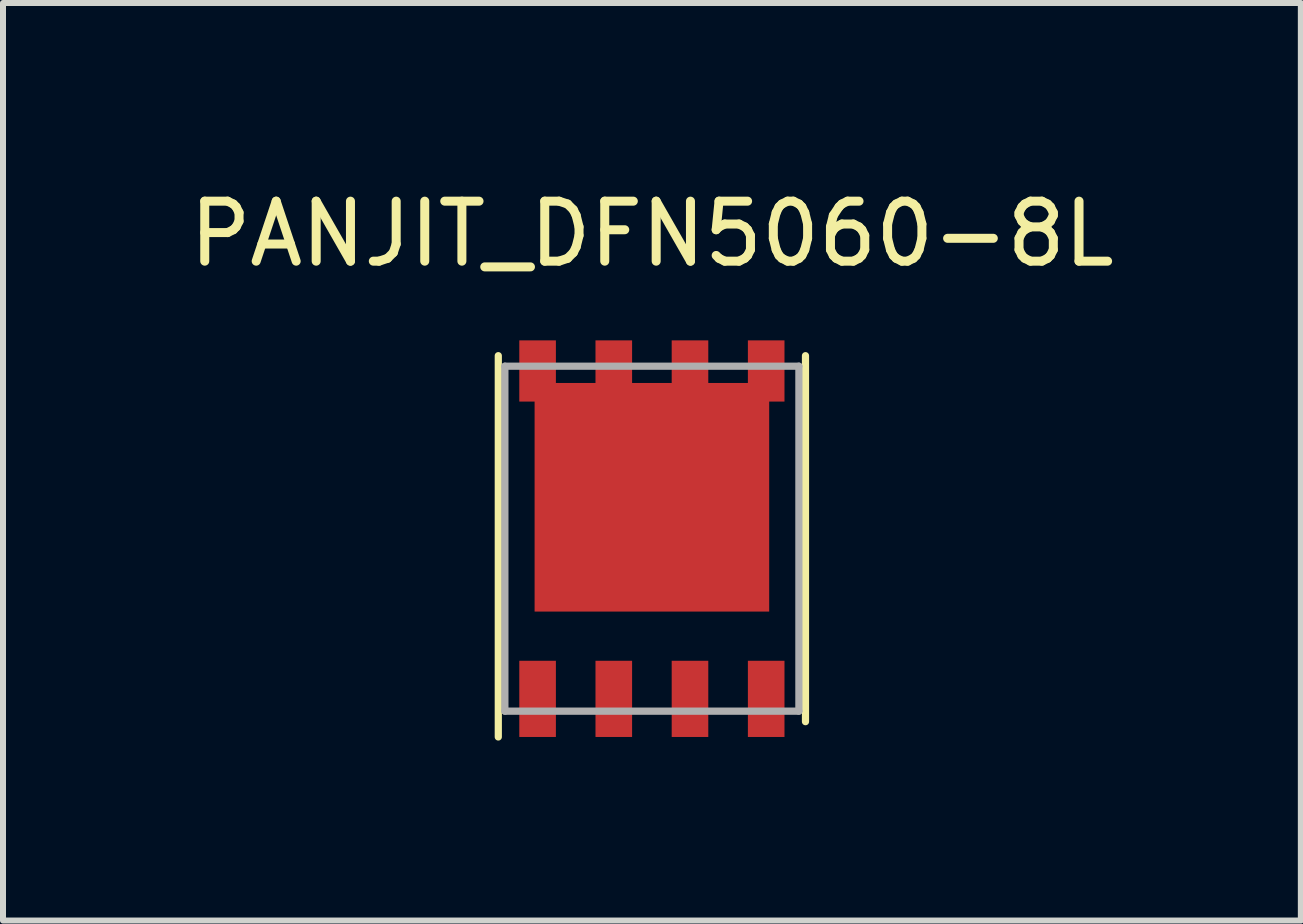
<source format=kicad_pcb>
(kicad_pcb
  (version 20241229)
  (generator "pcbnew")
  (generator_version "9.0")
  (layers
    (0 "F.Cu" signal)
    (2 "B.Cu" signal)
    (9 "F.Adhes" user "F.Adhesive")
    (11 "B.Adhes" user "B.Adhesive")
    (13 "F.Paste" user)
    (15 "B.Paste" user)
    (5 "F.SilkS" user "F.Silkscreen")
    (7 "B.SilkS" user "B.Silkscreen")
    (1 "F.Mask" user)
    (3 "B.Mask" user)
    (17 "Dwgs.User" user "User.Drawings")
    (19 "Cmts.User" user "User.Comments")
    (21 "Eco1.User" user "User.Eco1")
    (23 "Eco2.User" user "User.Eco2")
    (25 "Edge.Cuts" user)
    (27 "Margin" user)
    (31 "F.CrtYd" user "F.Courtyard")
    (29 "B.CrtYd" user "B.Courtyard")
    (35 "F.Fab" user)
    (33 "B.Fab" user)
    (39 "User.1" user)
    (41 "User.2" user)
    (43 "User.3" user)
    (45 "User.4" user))
  (footprint "PANJIT_DFN5060-8L"
    (layer "F.Cu")
    (at 7.815 5.928)
    (property "Reference" "PANJIT_DFN5060-8L" (at 0 -5.08 0) (layer "F.SilkS") (effects (font (size 1 1) (thickness 0.15))))
    (attr through_hole)
    (fp_line (start -2.56 -3.05) (end -2.56 3.305) (stroke (width 0.12) (type solid)) (layer "F.SilkS"))
    (fp_line (start 2.56 -3.05) (end 2.56 3.05) (stroke (width 0.12) (type solid)) (layer "F.SilkS"))
    (fp_line (start -2.45 -2.875) (end 2.45 -2.875) (stroke (width 0.12) (type solid)) (layer "F.Fab"))
    (fp_line (start -2.45 2.875) (end -2.45 -2.875) (stroke (width 0.12) (type solid)) (layer "F.Fab"))
    (fp_line (start 2.45 -2.875) (end 2.45 2.875) (stroke (width 0.12) (type solid)) (layer "F.Fab"))
    (fp_line (start 2.45 2.875) (end -2.45 2.875) (stroke (width 0.12) (type solid)) (layer "F.Fab"))
    (pad "1" smd rect (at -1.905 2.67) (size 0.61 1.27) (layers "F.Cu" "F.Mask" "F.Paste"))
    (pad "2" smd rect (at -0.635 2.67) (size 0.61 1.27) (layers "F.Cu" "F.Mask" "F.Paste"))
    (pad "2" smd rect (at 0.635 2.67) (size 0.61 1.27) (layers "F.Cu" "F.Mask" "F.Paste"))
    (pad "2" smd rect (at 1.905 2.67) (size 0.61 1.27) (layers "F.Cu" "F.Mask" "F.Paste"))
    (pad "3" smd rect (at -1.905 -2.795) (size 0.61 1.02) (layers "F.Cu" "F.Mask" "F.Paste"))
    (pad "3" smd rect (at -0.635 -2.795) (size 0.61 1.02) (layers "F.Cu" "F.Mask" "F.Paste"))
    (pad "3" smd rect (at 0 -0.69) (size 3.91 3.81) (layers "F.Cu" "F.Mask" "F.Paste"))
    (pad "3" smd rect (at 0.635 -2.795) (size 0.61 1.02) (layers "F.Cu" "F.Mask" "F.Paste"))
    (pad "3" smd rect (at 1.905 -2.795) (size 0.61 1.02) (layers "F.Cu" "F.Mask" "F.Paste")))
  (gr_rect
    (start -3 -3)
    (end 18.631 12.293)
    (stroke (width 0.1) (type default))
    (fill no)
    (layer "Edge.Cuts")))
</source>
